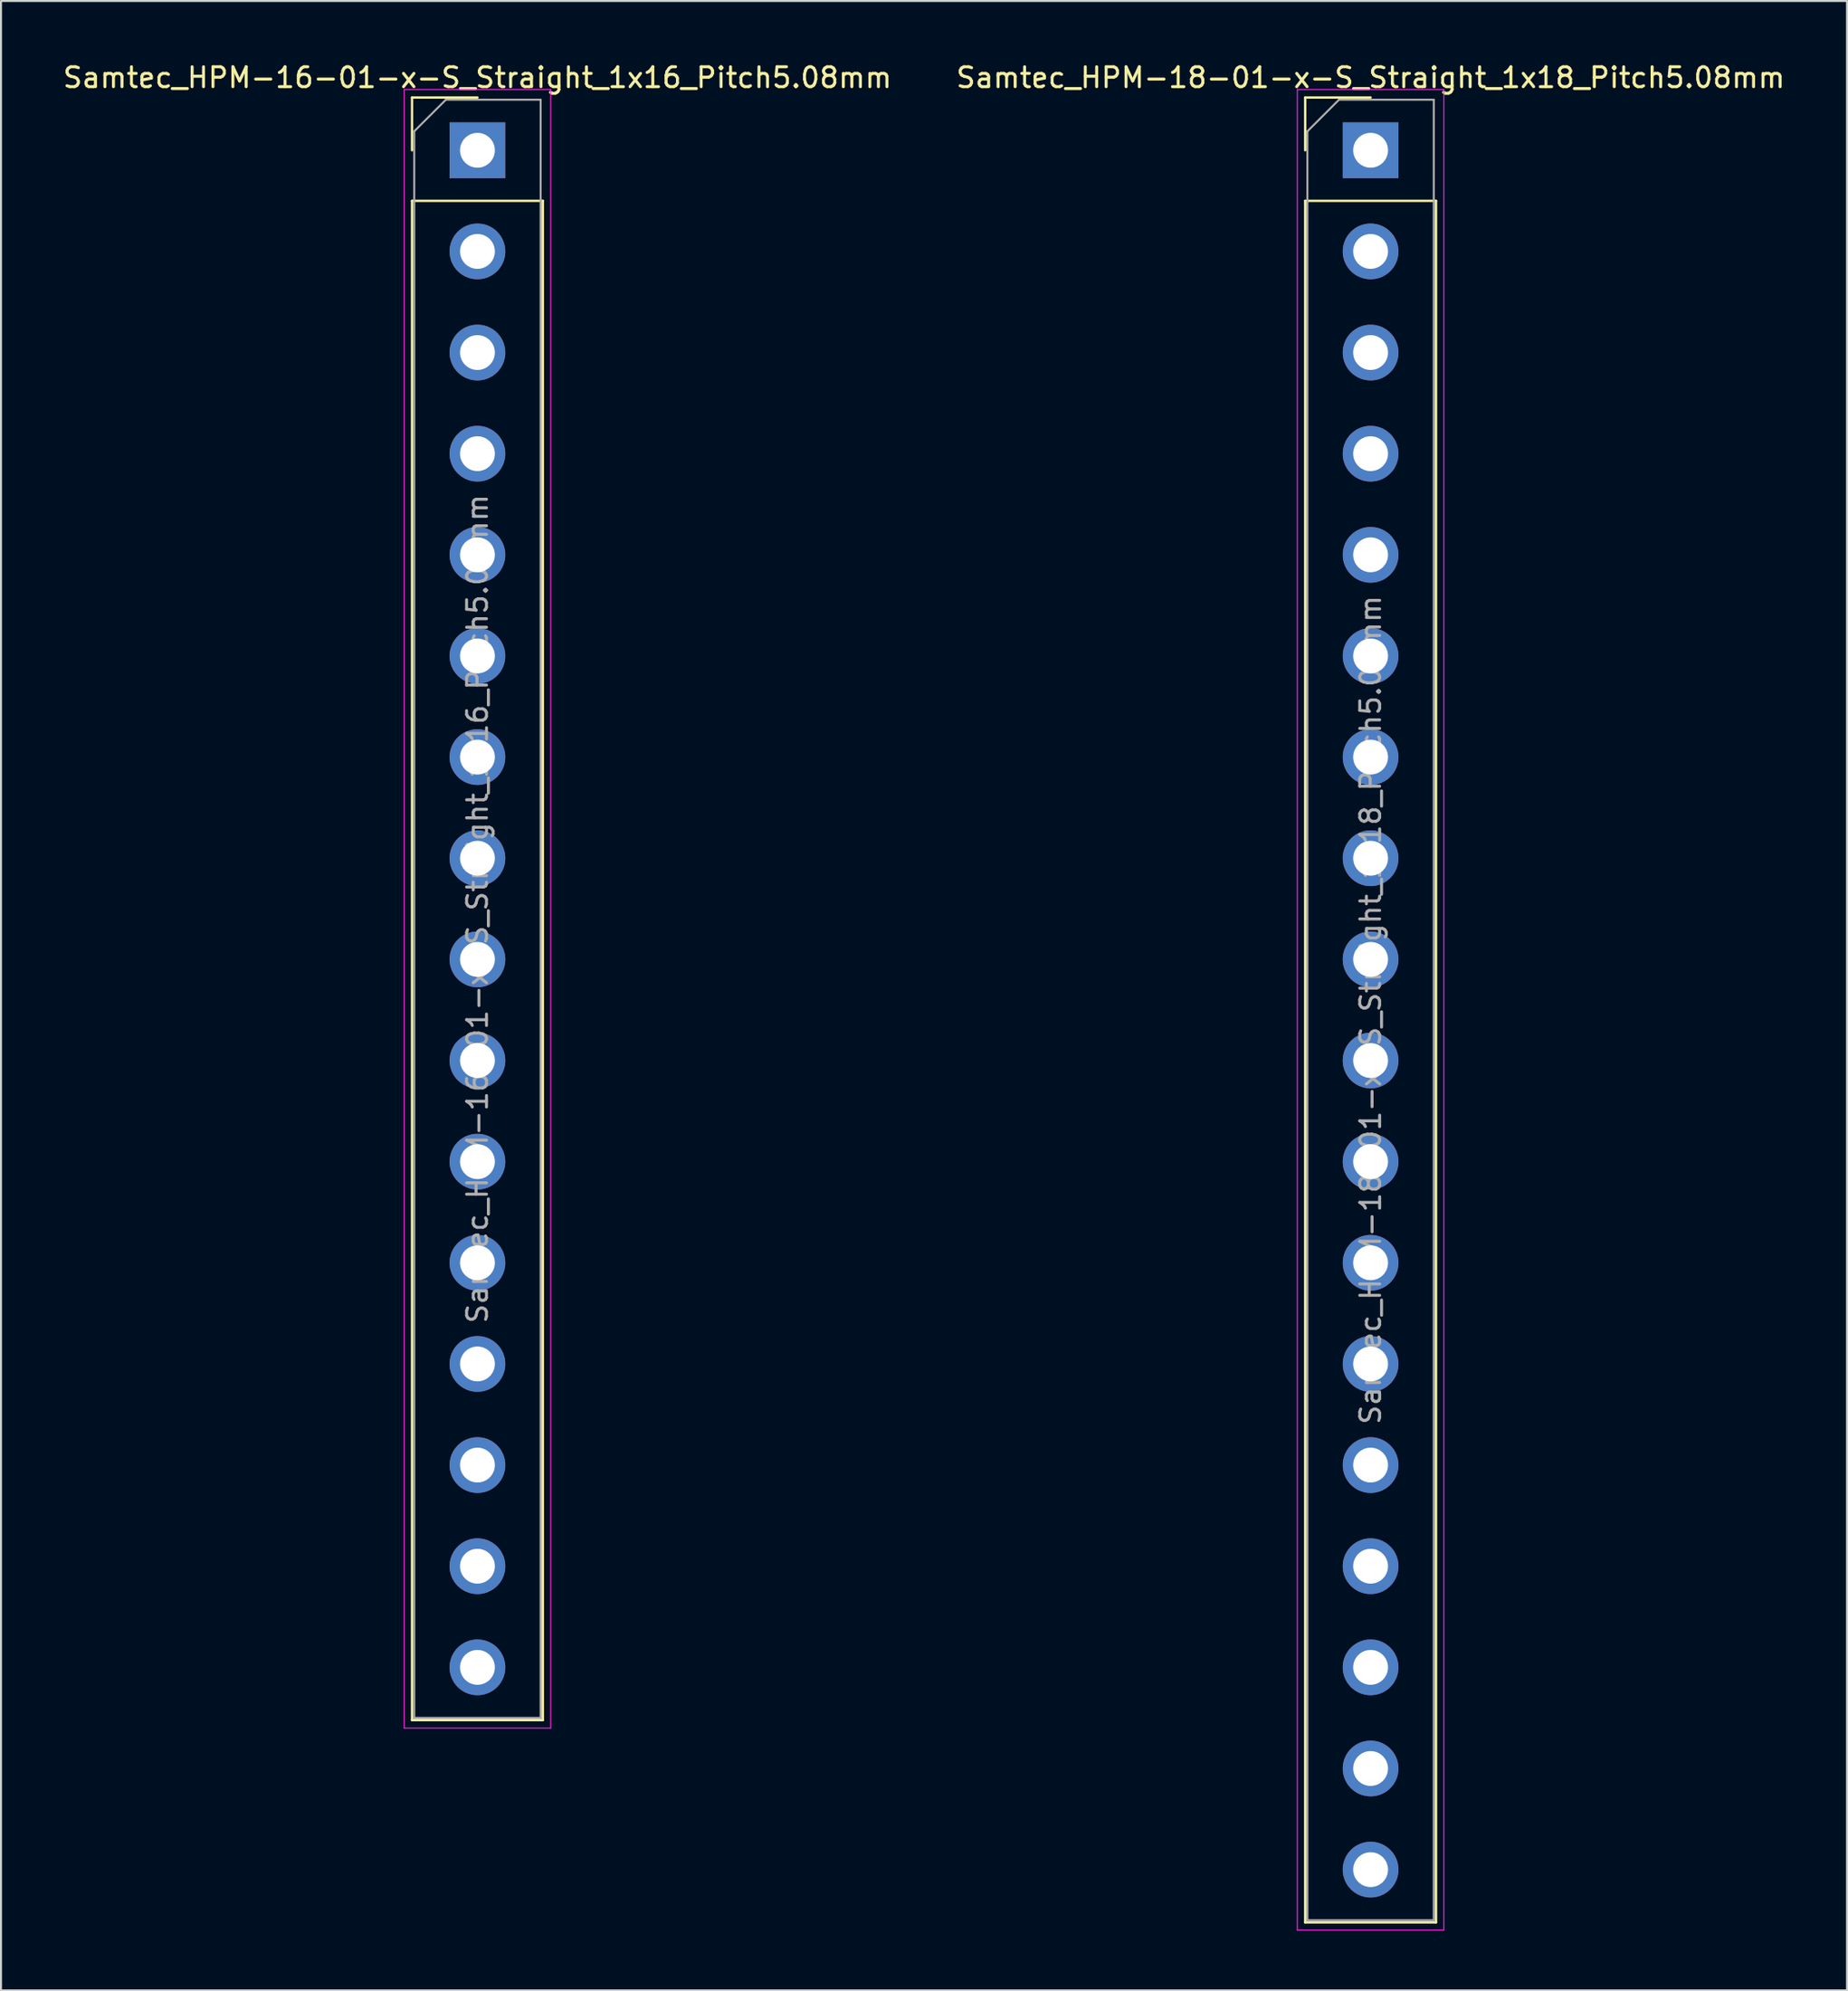
<source format=kicad_pcb>
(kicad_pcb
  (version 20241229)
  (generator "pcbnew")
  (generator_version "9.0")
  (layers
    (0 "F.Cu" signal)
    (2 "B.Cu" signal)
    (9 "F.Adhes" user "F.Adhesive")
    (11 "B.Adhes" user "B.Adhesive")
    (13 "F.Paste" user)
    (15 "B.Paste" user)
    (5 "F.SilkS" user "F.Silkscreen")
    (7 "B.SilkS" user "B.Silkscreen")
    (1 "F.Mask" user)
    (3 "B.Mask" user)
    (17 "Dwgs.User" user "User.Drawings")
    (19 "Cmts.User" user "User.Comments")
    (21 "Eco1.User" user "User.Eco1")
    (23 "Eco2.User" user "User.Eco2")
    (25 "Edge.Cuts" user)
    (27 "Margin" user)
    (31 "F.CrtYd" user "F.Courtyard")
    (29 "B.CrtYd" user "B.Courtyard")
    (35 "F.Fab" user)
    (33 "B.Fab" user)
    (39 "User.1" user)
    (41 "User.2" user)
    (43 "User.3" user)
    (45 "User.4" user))
  (footprint "Samtec_HPM-18-01-x-S_Straight_1x18_Pitch5.08mm"
    (layer "F.Cu")
    (at 65.804 4.498)
    (property "Reference" "Samtec_HPM-18-01-x-S_Straight_1x18_Pitch5.08mm" (at 0 -3.65 0) (layer "F.SilkS") (effects (font (size 1 1) (thickness 0.15))))
    (attr through_hole)
    (fp_line (start -3.285 -2.65) (end 0 -2.65) (stroke (width 0.12) (type solid)) (layer "F.SilkS"))
    (fp_line (start -3.285 0) (end -3.285 -2.65) (stroke (width 0.12) (type solid)) (layer "F.SilkS"))
    (fp_line (start -3.285 2.54) (end -3.285 89.01) (stroke (width 0.12) (type solid)) (layer "F.SilkS"))
    (fp_line (start -3.285 2.54) (end 3.285 2.54) (stroke (width 0.12) (type solid)) (layer "F.SilkS"))
    (fp_line (start -3.285 89.01) (end 3.285 89.01) (stroke (width 0.12) (type solid)) (layer "F.SilkS"))
    (fp_line (start 3.285 2.54) (end 3.285 89.01) (stroke (width 0.12) (type solid)) (layer "F.SilkS"))
    (fp_line (start -3.68 -3.05) (end -3.68 89.4) (stroke (width 0.05) (type solid)) (layer "F.CrtYd"))
    (fp_line (start -3.68 89.4) (end 3.68 89.4) (stroke (width 0.05) (type solid)) (layer "F.CrtYd"))
    (fp_line (start 3.68 -3.05) (end -3.68 -3.05) (stroke (width 0.05) (type solid)) (layer "F.CrtYd"))
    (fp_line (start 3.68 89.4) (end 3.68 -3.05) (stroke (width 0.05) (type solid)) (layer "F.CrtYd"))
    (fp_line (start -3.175 -0.953) (end -1.587 -2.54) (stroke (width 0.1) (type solid)) (layer "F.Fab"))
    (fp_line (start -3.175 88.9) (end -3.175 -0.953) (stroke (width 0.1) (type solid)) (layer "F.Fab"))
    (fp_line (start -1.587 -2.54) (end 3.175 -2.54) (stroke (width 0.1) (type solid)) (layer "F.Fab"))
    (fp_line (start 3.175 -2.54) (end 3.175 88.9) (stroke (width 0.1) (type solid)) (layer "F.Fab"))
    (fp_line (start 3.175 88.9) (end -3.175 88.9) (stroke (width 0.1) (type solid)) (layer "F.Fab"))
    (fp_text user "${REFERENCE}" (at 0 43.18 90) (layer "F.Fab") (effects (font (size 1 1) (thickness 0.15))))
    (pad "1" thru_hole rect (at 0 0) (size 2.8 2.8) (drill 1.75) (layers "*.Cu" "*.Mask"))
    (pad "2" thru_hole circle (at 0 5.08) (size 2.8 2.8) (drill 1.75) (layers "*.Cu" "*.Mask"))
    (pad "3" thru_hole circle (at 0 10.16) (size 2.8 2.8) (drill 1.75) (layers "*.Cu" "*.Mask"))
    (pad "4" thru_hole circle (at 0 15.24) (size 2.8 2.8) (drill 1.75) (layers "*.Cu" "*.Mask"))
    (pad "5" thru_hole circle (at 0 20.32) (size 2.8 2.8) (drill 1.75) (layers "*.Cu" "*.Mask"))
    (pad "6" thru_hole circle (at 0 25.4) (size 2.8 2.8) (drill 1.75) (layers "*.Cu" "*.Mask"))
    (pad "7" thru_hole circle (at 0 30.48) (size 2.8 2.8) (drill 1.75) (layers "*.Cu" "*.Mask"))
    (pad "8" thru_hole circle (at 0 35.56) (size 2.8 2.8) (drill 1.75) (layers "*.Cu" "*.Mask"))
    (pad "9" thru_hole circle (at 0 40.64) (size 2.8 2.8) (drill 1.75) (layers "*.Cu" "*.Mask"))
    (pad "10" thru_hole circle (at 0 45.72) (size 2.8 2.8) (drill 1.75) (layers "*.Cu" "*.Mask"))
    (pad "11" thru_hole circle (at 0 50.8) (size 2.8 2.8) (drill 1.75) (layers "*.Cu" "*.Mask"))
    (pad "12" thru_hole circle (at 0 55.88) (size 2.8 2.8) (drill 1.75) (layers "*.Cu" "*.Mask"))
    (pad "13" thru_hole circle (at 0 60.96) (size 2.8 2.8) (drill 1.75) (layers "*.Cu" "*.Mask"))
    (pad "14" thru_hole circle (at 0 66.04) (size 2.8 2.8) (drill 1.75) (layers "*.Cu" "*.Mask"))
    (pad "15" thru_hole circle (at 0 71.12) (size 2.8 2.8) (drill 1.75) (layers "*.Cu" "*.Mask"))
    (pad "16" thru_hole circle (at 0 76.2) (size 2.8 2.8) (drill 1.75) (layers "*.Cu" "*.Mask"))
    (pad "17" thru_hole circle (at 0 81.28) (size 2.8 2.8) (drill 1.75) (layers "*.Cu" "*.Mask"))
    (pad "18" thru_hole circle (at 0 86.36) (size 2.8 2.8) (drill 1.75) (layers "*.Cu" "*.Mask")))
  (footprint "Samtec_HPM-16-01-x-S_Straight_1x16_Pitch5.08mm"
    (layer "F.Cu")
    (at 20.935 4.498)
    (property "Reference" "Samtec_HPM-16-01-x-S_Straight_1x16_Pitch5.08mm" (at 0 -3.65 0) (layer "F.SilkS") (effects (font (size 1 1) (thickness 0.15))))
    (attr through_hole)
    (fp_line (start -3.285 -2.65) (end 0 -2.65) (stroke (width 0.12) (type solid)) (layer "F.SilkS"))
    (fp_line (start -3.285 0) (end -3.285 -2.65) (stroke (width 0.12) (type solid)) (layer "F.SilkS"))
    (fp_line (start -3.285 2.54) (end -3.285 78.85) (stroke (width 0.12) (type solid)) (layer "F.SilkS"))
    (fp_line (start -3.285 2.54) (end 3.285 2.54) (stroke (width 0.12) (type solid)) (layer "F.SilkS"))
    (fp_line (start -3.285 78.85) (end 3.285 78.85) (stroke (width 0.12) (type solid)) (layer "F.SilkS"))
    (fp_line (start 3.285 2.54) (end 3.285 78.85) (stroke (width 0.12) (type solid)) (layer "F.SilkS"))
    (fp_line (start -3.68 -3.05) (end -3.68 79.25) (stroke (width 0.05) (type solid)) (layer "F.CrtYd"))
    (fp_line (start -3.68 79.25) (end 3.68 79.25) (stroke (width 0.05) (type solid)) (layer "F.CrtYd"))
    (fp_line (start 3.68 -3.05) (end -3.68 -3.05) (stroke (width 0.05) (type solid)) (layer "F.CrtYd"))
    (fp_line (start 3.68 79.25) (end 3.68 -3.05) (stroke (width 0.05) (type solid)) (layer "F.CrtYd"))
    (fp_line (start -3.175 -0.953) (end -1.587 -2.54) (stroke (width 0.1) (type solid)) (layer "F.Fab"))
    (fp_line (start -3.175 78.74) (end -3.175 -0.953) (stroke (width 0.1) (type solid)) (layer "F.Fab"))
    (fp_line (start -1.587 -2.54) (end 3.175 -2.54) (stroke (width 0.1) (type solid)) (layer "F.Fab"))
    (fp_line (start 3.175 -2.54) (end 3.175 78.74) (stroke (width 0.1) (type solid)) (layer "F.Fab"))
    (fp_line (start 3.175 78.74) (end -3.175 78.74) (stroke (width 0.1) (type solid)) (layer "F.Fab"))
    (fp_text user "${REFERENCE}" (at 0 38.1 90) (layer "F.Fab") (effects (font (size 1 1) (thickness 0.15))))
    (pad "1" thru_hole rect (at 0 0) (size 2.8 2.8) (drill 1.75) (layers "*.Cu" "*.Mask"))
    (pad "2" thru_hole circle (at 0 5.08) (size 2.8 2.8) (drill 1.75) (layers "*.Cu" "*.Mask"))
    (pad "3" thru_hole circle (at 0 10.16) (size 2.8 2.8) (drill 1.75) (layers "*.Cu" "*.Mask"))
    (pad "4" thru_hole circle (at 0 15.24) (size 2.8 2.8) (drill 1.75) (layers "*.Cu" "*.Mask"))
    (pad "5" thru_hole circle (at 0 20.32) (size 2.8 2.8) (drill 1.75) (layers "*.Cu" "*.Mask"))
    (pad "6" thru_hole circle (at 0 25.4) (size 2.8 2.8) (drill 1.75) (layers "*.Cu" "*.Mask"))
    (pad "7" thru_hole circle (at 0 30.48) (size 2.8 2.8) (drill 1.75) (layers "*.Cu" "*.Mask"))
    (pad "8" thru_hole circle (at 0 35.56) (size 2.8 2.8) (drill 1.75) (layers "*.Cu" "*.Mask"))
    (pad "9" thru_hole circle (at 0 40.64) (size 2.8 2.8) (drill 1.75) (layers "*.Cu" "*.Mask"))
    (pad "10" thru_hole circle (at 0 45.72) (size 2.8 2.8) (drill 1.75) (layers "*.Cu" "*.Mask"))
    (pad "11" thru_hole circle (at 0 50.8) (size 2.8 2.8) (drill 1.75) (layers "*.Cu" "*.Mask"))
    (pad "12" thru_hole circle (at 0 55.88) (size 2.8 2.8) (drill 1.75) (layers "*.Cu" "*.Mask"))
    (pad "13" thru_hole circle (at 0 60.96) (size 2.8 2.8) (drill 1.75) (layers "*.Cu" "*.Mask"))
    (pad "14" thru_hole circle (at 0 66.04) (size 2.8 2.8) (drill 1.75) (layers "*.Cu" "*.Mask"))
    (pad "15" thru_hole circle (at 0 71.12) (size 2.8 2.8) (drill 1.75) (layers "*.Cu" "*.Mask"))
    (pad "16" thru_hole circle (at 0 76.2) (size 2.8 2.8) (drill 1.75) (layers "*.Cu" "*.Mask")))
  (gr_rect
    (start -3 -3)
    (end 89.738 96.923)
    (stroke (width 0.1) (type default))
    (fill no)
    (layer "Edge.Cuts")))
</source>
